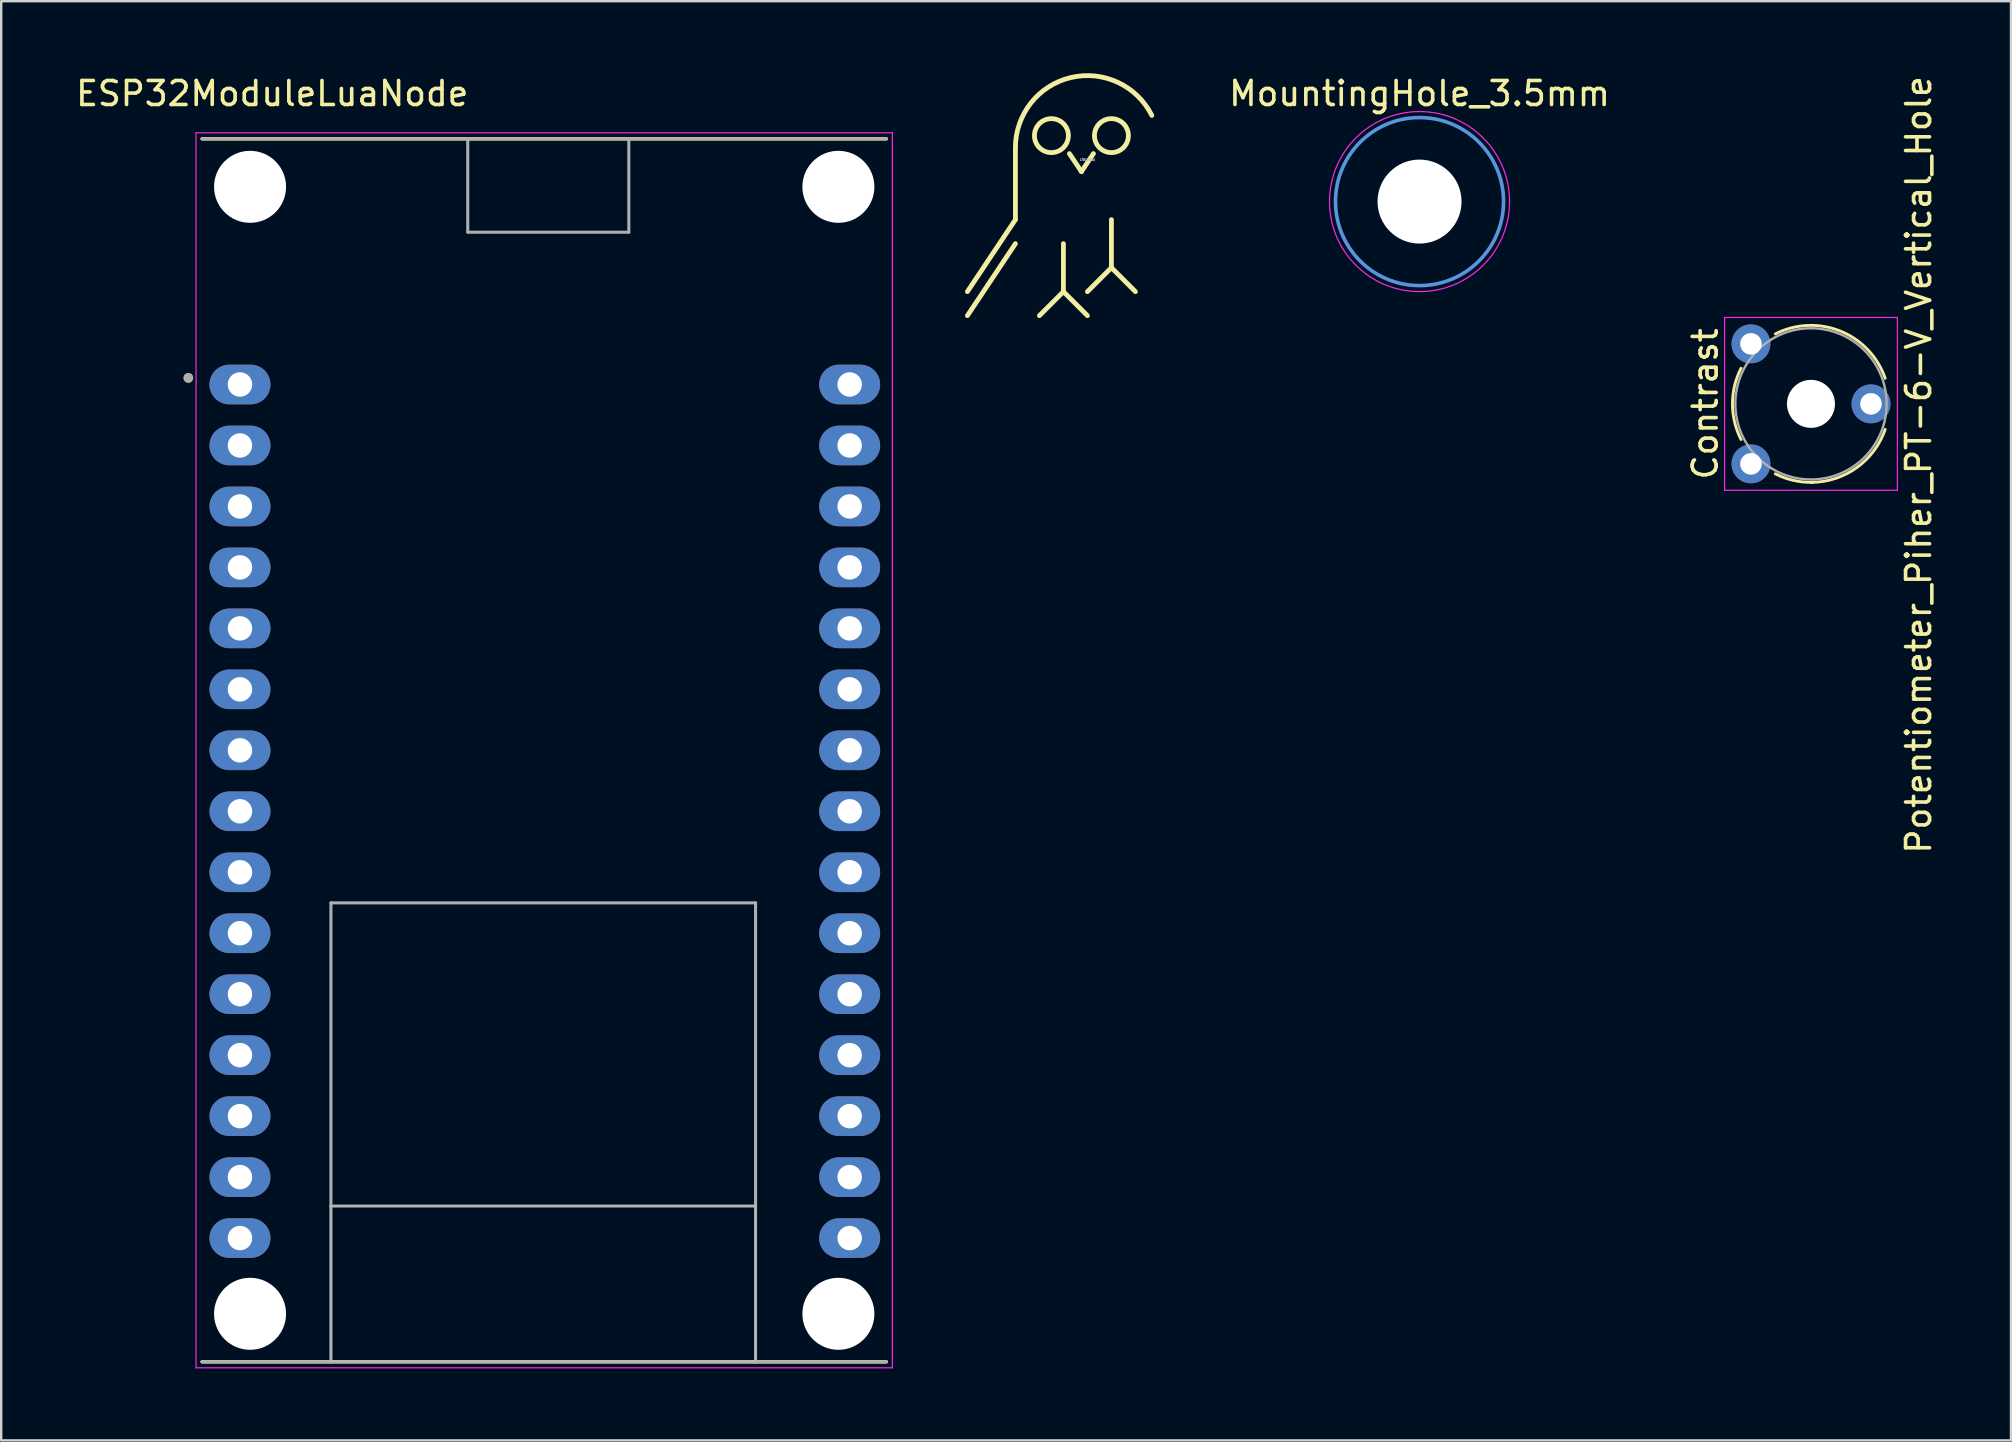
<source format=kicad_pcb>
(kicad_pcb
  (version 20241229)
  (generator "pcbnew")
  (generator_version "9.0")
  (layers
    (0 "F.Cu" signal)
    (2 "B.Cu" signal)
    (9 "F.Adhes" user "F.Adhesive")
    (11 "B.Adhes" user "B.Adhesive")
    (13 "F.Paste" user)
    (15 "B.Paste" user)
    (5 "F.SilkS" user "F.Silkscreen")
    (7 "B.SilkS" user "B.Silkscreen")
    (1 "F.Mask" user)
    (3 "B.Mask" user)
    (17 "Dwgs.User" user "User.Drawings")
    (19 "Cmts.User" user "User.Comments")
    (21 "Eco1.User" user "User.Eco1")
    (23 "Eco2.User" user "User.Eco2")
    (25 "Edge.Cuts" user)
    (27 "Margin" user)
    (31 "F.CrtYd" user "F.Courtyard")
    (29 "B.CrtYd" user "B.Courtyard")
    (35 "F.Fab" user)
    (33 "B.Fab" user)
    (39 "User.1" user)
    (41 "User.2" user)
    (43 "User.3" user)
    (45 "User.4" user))
  (footprint "ESP32ModuleLuaNode"
    (layer "F.Cu")
    (at 19.647 28.208)
    (property "Reference" "ESP32ModuleLuaNode" (at -11.355 -27.36 0) (layer "F.SilkS") (effects (font (size 1 1) (thickness 0.15))))
    (attr through_hole)
    (fp_line (start -14.28 -25.475) (end -3.211 -25.475) (stroke (width 0.127) (type solid)) (layer "F.SilkS"))
    (fp_line (start -14.28 -25.475) (end 14.23 -25.475) (stroke (width 0.127) (type solid)) (layer "F.SilkS"))
    (fp_line (start -14.28 25.475) (end -8.91 25.475) (stroke (width 0.127) (type solid)) (layer "F.SilkS"))
    (fp_line (start -8.91 25.475) (end 8.78 25.475) (stroke (width 0.127) (type solid)) (layer "F.SilkS"))
    (fp_line (start -3.211 -25.475) (end 3.5 -25.475) (stroke (width 0.127) (type solid)) (layer "F.SilkS"))
    (fp_line (start 3.5 -25.475) (end 14.23 -25.475) (stroke (width 0.127) (type solid)) (layer "F.SilkS"))
    (fp_line (start 8.78 25.475) (end 14.23 25.475) (stroke (width 0.127) (type solid)) (layer "F.SilkS"))
    (fp_line (start 14.23 25.475) (end -14.28 25.475) (stroke (width 0.127) (type solid)) (layer "F.SilkS"))
    (fp_circle (center -14.85 -15.515) (end -14.75 -15.515) (stroke (width 0.2) (type solid)) (fill no) (layer "F.SilkS"))
    (fp_poly (pts (xy -8.91 18.985) (xy 8.78 18.985) (xy 8.78 25.475) (xy -8.91 25.475)) (stroke (width 0.01) (type solid)) (fill no) (layer "Dwgs.User"))
    (fp_poly (pts (xy -8.91 18.985) (xy 8.78 18.985) (xy 8.78 25.475) (xy -8.91 25.475)) (stroke (width 0.01) (type solid)) (fill no) (layer "Dwgs.User"))
    (fp_poly (pts (xy -8.91 18.985) (xy 8.78 18.985) (xy 8.78 25.475) (xy -8.91 25.475)) (stroke (width 0.01) (type solid)) (fill no) (layer "Dwgs.User"))
    (fp_line (start -14.53 -25.725) (end -14.53 25.725) (stroke (width 0.05) (type solid)) (layer "F.CrtYd"))
    (fp_line (start -14.53 25.725) (end 14.48 25.725) (stroke (width 0.05) (type solid)) (layer "F.CrtYd"))
    (fp_line (start 14.48 -25.725) (end -14.53 -25.725) (stroke (width 0.05) (type solid)) (layer "F.CrtYd"))
    (fp_line (start 14.48 25.725) (end 14.48 -25.725) (stroke (width 0.05) (type solid)) (layer "F.CrtYd"))
    (fp_line (start -14.28 -25.475) (end -3.211 -25.475) (stroke (width 0.127) (type solid)) (layer "F.Fab"))
    (fp_line (start -14.28 25.475) (end -8.91 25.475) (stroke (width 0.127) (type solid)) (layer "F.Fab"))
    (fp_line (start -8.91 6.355) (end 8.78 6.355) (stroke (width 0.127) (type solid)) (layer "F.Fab"))
    (fp_line (start -8.91 18.985) (end -8.91 6.355) (stroke (width 0.127) (type solid)) (layer "F.Fab"))
    (fp_line (start -8.91 18.985) (end 8.78 18.985) (stroke (width 0.127) (type solid)) (layer "F.Fab"))
    (fp_line (start -8.91 25.475) (end -8.91 18.985) (stroke (width 0.127) (type solid)) (layer "F.Fab"))
    (fp_line (start -8.91 25.475) (end 8.78 25.475) (stroke (width 0.127) (type solid)) (layer "F.Fab"))
    (fp_line (start -3.211 -25.475) (end 3.5 -25.475) (stroke (width 0.127) (type solid)) (layer "F.Fab"))
    (fp_line (start -3.211 -21.585) (end -3.211 -25.475) (stroke (width 0.127) (type solid)) (layer "F.Fab"))
    (fp_line (start 3.5 -25.475) (end 3.5 -21.585) (stroke (width 0.127) (type solid)) (layer "F.Fab"))
    (fp_line (start 3.5 -25.475) (end 14.23 -25.475) (stroke (width 0.127) (type solid)) (layer "F.Fab"))
    (fp_line (start 3.5 -21.585) (end -3.211 -21.585) (stroke (width 0.127) (type solid)) (layer "F.Fab"))
    (fp_line (start 8.78 6.355) (end 8.78 18.985) (stroke (width 0.127) (type solid)) (layer "F.Fab"))
    (fp_line (start 8.78 18.985) (end 8.78 25.475) (stroke (width 0.127) (type solid)) (layer "F.Fab"))
    (fp_line (start 8.78 25.475) (end 14.23 25.475) (stroke (width 0.127) (type solid)) (layer "F.Fab"))
    (fp_circle (center -14.85 -15.515) (end -14.75 -15.515) (stroke (width 0.2) (type solid)) (fill no) (layer "F.Fab"))
    (pad "" np_thru_hole circle (at -12.28 -23.475) (size 3 3) (drill 3) (layers "*.Cu" "*.Mask"))
    (pad "" np_thru_hole circle (at -12.28 23.475) (size 3 3) (drill 3) (layers "*.Cu" "*.Mask"))
    (pad "" np_thru_hole circle (at 12.23 -23.475) (size 3 3) (drill 3) (layers "*.Cu" "*.Mask"))
    (pad "" np_thru_hole circle (at 12.23 23.475) (size 3 3) (drill 3) (layers "*.Cu" "*.Mask"))
    (pad "1" thru_hole oval (at -12.7 -15.24) (size 2.54 1.651) (drill 1.02) (layers "*.Cu" "*.Mask"))
    (pad "2" thru_hole oval (at -12.7 -12.7) (size 2.54 1.651) (drill 1.02) (layers "*.Cu" "*.Mask"))
    (pad "3" thru_hole oval (at -12.7 -10.16) (size 2.54 1.651) (drill 1.02) (layers "*.Cu" "*.Mask"))
    (pad "4" thru_hole oval (at -12.7 -7.62) (size 2.54 1.651) (drill 1.02) (layers "*.Cu" "*.Mask"))
    (pad "5" thru_hole oval (at -12.7 -5.08) (size 2.54 1.651) (drill 1.02) (layers "*.Cu" "*.Mask"))
    (pad "6" thru_hole oval (at -12.7 -2.54) (size 2.54 1.651) (drill 1.02) (layers "*.Cu" "*.Mask"))
    (pad "7" thru_hole oval (at -12.7 0) (size 2.54 1.651) (drill 1.02) (layers "*.Cu" "*.Mask"))
    (pad "8" thru_hole oval (at -12.7 2.54) (size 2.54 1.651) (drill 1.02) (layers "*.Cu" "*.Mask"))
    (pad "9" thru_hole oval (at -12.7 5.08) (size 2.54 1.651) (drill 1.02) (layers "*.Cu" "*.Mask"))
    (pad "10" thru_hole oval (at -12.7 7.62) (size 2.54 1.651) (drill 1.02) (layers "*.Cu" "*.Mask"))
    (pad "11" thru_hole oval (at -12.7 10.16) (size 2.54 1.651) (drill 1.02) (layers "*.Cu" "*.Mask"))
    (pad "12" thru_hole oval (at -12.7 12.7) (size 2.54 1.651) (drill 1.02) (layers "*.Cu" "*.Mask"))
    (pad "13" thru_hole oval (at -12.7 15.24) (size 2.54 1.651) (drill 1.02) (layers "*.Cu" "*.Mask"))
    (pad "14" thru_hole oval (at -12.7 17.78) (size 2.54 1.651) (drill 1.02) (layers "*.Cu" "*.Mask"))
    (pad "15" thru_hole oval (at -12.7 20.32) (size 2.54 1.651) (drill 1.02) (layers "*.Cu" "*.Mask"))
    (pad "16" thru_hole oval (at 12.7 20.32) (size 2.54 1.651) (drill 1.02) (layers "*.Cu" "*.Mask"))
    (pad "17" thru_hole oval (at 12.7 17.78) (size 2.54 1.651) (drill 1.02) (layers "*.Cu" "*.Mask"))
    (pad "18" thru_hole oval (at 12.7 15.24) (size 2.54 1.651) (drill 1.02) (layers "*.Cu" "*.Mask"))
    (pad "19" thru_hole oval (at 12.7 12.7) (size 2.54 1.651) (drill 1.02) (layers "*.Cu" "*.Mask"))
    (pad "20" thru_hole oval (at 12.7 10.16) (size 2.54 1.651) (drill 1.02) (layers "*.Cu" "*.Mask"))
    (pad "21" thru_hole oval (at 12.7 7.62) (size 2.54 1.651) (drill 1.02) (layers "*.Cu" "*.Mask"))
    (pad "22" thru_hole oval (at 12.7 5.08) (size 2.54 1.651) (drill 1.02) (layers "*.Cu" "*.Mask"))
    (pad "23" thru_hole oval (at 12.7 2.54) (size 2.54 1.651) (drill 1.02) (layers "*.Cu" "*.Mask"))
    (pad "24" thru_hole oval (at 12.7 0) (size 2.54 1.651) (drill 1.02) (layers "*.Cu" "*.Mask"))
    (pad "25" thru_hole oval (at 12.7 -2.54) (size 2.54 1.651) (drill 1.02) (layers "*.Cu" "*.Mask"))
    (pad "26" thru_hole oval (at 12.7 -5.08) (size 2.54 1.651) (drill 1.02) (layers "*.Cu" "*.Mask"))
    (pad "27" thru_hole oval (at 12.7 -7.62) (size 2.54 1.651) (drill 1.02) (layers "*.Cu" "*.Mask"))
    (pad "28" thru_hole oval (at 12.7 -10.16) (size 2.54 1.651) (drill 1.02) (layers "*.Cu" "*.Mask"))
    (pad "29" thru_hole oval (at 12.7 -12.7) (size 2.54 1.651) (drill 1.02) (layers "*.Cu" "*.Mask"))
    (pad "30" thru_hole oval (at 12.7 -15.24) (size 2.54 1.651) (drill 1.02) (layers "*.Cu" "*.Mask")))
  (footprint "LittleOwl"
    (layer "F.Cu")
    (at 42.252 3.1)
    (property "Reference" "LittleOwl" (at 0 0.5 0) (layer "Dwgs.User") (effects (font (size 0.1 0.1) (thickness 0.025))))
    (attr through_hole)
    (fp_line (start -3 0) (end -3 3) (stroke (width 0.2) (type solid)) (layer "F.SilkS"))
    (fp_line (start -3 3) (end -5 6) (stroke (width 0.2) (type solid)) (layer "F.SilkS"))
    (fp_line (start -3 4) (end -5 7) (stroke (width 0.2) (type solid)) (layer "F.SilkS"))
    (fp_line (start -1 4) (end -1 6) (stroke (width 0.2) (type solid)) (layer "F.SilkS"))
    (fp_line (start -1 6) (end -2 7) (stroke (width 0.2) (type solid)) (layer "F.SilkS"))
    (fp_line (start -1 6) (end 0 7) (stroke (width 0.2) (type solid)) (layer "F.SilkS"))
    (fp_line (start -0.75 0.25) (end -0.25 1) (stroke (width 0.2) (type solid)) (layer "F.SilkS"))
    (fp_line (start -0.25 1) (end 0.25 0.25) (stroke (width 0.2) (type solid)) (layer "F.SilkS"))
    (fp_line (start 1 3) (end 1 5) (stroke (width 0.2) (type solid)) (layer "F.SilkS"))
    (fp_line (start 1 5) (end 0 6) (stroke (width 0.2) (type solid)) (layer "F.SilkS"))
    (fp_line (start 1 5) (end 2 6) (stroke (width 0.2) (type solid)) (layer "F.SilkS"))
    (fp_arc (start -3 0) (mid -0.690149 -2.919537) (end 2.682463 -1.343277) (stroke (width 0.2) (type solid)) (layer "F.SilkS"))
    (fp_circle (center -1.5 -0.5) (end -0.793 -0.5) (stroke (width 0.2) (type solid)) (fill no) (layer "F.SilkS"))
    (fp_circle (center 1 -0.5) (end 1.707 -0.5) (stroke (width 0.2) (type solid)) (fill no) (layer "F.SilkS")))
  (footprint "Potentiometer_Piher_PT-6-V_Vertical_Hole"
    (layer "F.Cu")
    (at 69.895 16.275)
    (property "Reference" "Potentiometer_Piher_PT-6-V_Vertical_Hole" (at 6.985 0.04 90) (layer "F.SilkS") (effects (font (size 1 1) (thickness 0.15))))
    (attr through_hole)
    (fp_arc (start -0.413387 -1.014798) (mid -0.770114 -2.499325) (end -0.414 -3.984) (stroke (width 0.12) (type solid)) (layer "F.SilkS"))
    (fp_arc (start 1.016032 -5.413829) (mid 3.725524 -5.531609) (end 5.592 -3.564) (stroke (width 0.12) (type solid)) (layer "F.SilkS"))
    (fp_arc (start 2.556863 0.770075) (mid 1.764071 0.686696) (end 1.015 0.414) (stroke (width 0.12) (type solid)) (layer "F.SilkS"))
    (fp_arc (start 5.591846 -1.435392) (mid 4.398899 0.162158) (end 2.5 0.77) (stroke (width 0.12) (type solid)) (layer "F.SilkS"))
    (fp_line (start -1.1 -6.1) (end -1.1 1.1) (stroke (width 0.05) (type solid)) (layer "F.CrtYd"))
    (fp_line (start -1.1 1.1) (end 6.1 1.1) (stroke (width 0.05) (type solid)) (layer "F.CrtYd"))
    (fp_line (start 6.1 -6.1) (end -1.1 -6.1) (stroke (width 0.05) (type solid)) (layer "F.CrtYd"))
    (fp_line (start 6.1 1.1) (end 6.1 -6.1) (stroke (width 0.05) (type solid)) (layer "F.CrtYd"))
    (fp_circle (center 2.5 -2.5) (end 5.65 -2.5) (stroke (width 0.1) (type solid)) (fill no) (layer "F.Fab"))
    (fp_text user "Contrast" (at -1.905 -2.5 90) (layer "F.SilkS") (effects (font (size 1 1) (thickness 0.15))))
    (pad "" np_thru_hole circle (at 2.5 -2.5) (size 2 2) (drill 2) (layers "*.Cu" "*.Mask"))
    (pad "1" thru_hole circle (at 0 0) (size 1.62 1.62) (drill 0.9) (layers "*.Cu" "*.Mask"))
    (pad "2" thru_hole circle (at 5 -2.5) (size 1.62 1.62) (drill 0.9) (layers "*.Cu" "*.Mask"))
    (pad "3" thru_hole circle (at 0 -5) (size 1.62 1.62) (drill 0.9) (layers "*.Cu" "*.Mask")))
  (footprint "MountingHole_3.5mm"
    (layer "F.Cu")
    (at 56.088 5.348)
    (property "Reference" "MountingHole_3.5mm" (at 0 -4.5 0) (layer "F.SilkS") (effects (font (size 1 1) (thickness 0.15))))
    (attr exclude_from_pos_files exclude_from_bom)
    (fp_circle (center 0 0) (end 3.5 0) (stroke (width 0.15) (type solid)) (fill no) (layer "Cmts.User"))
    (fp_circle (center 0 0) (end 3.75 0) (stroke (width 0.05) (type solid)) (fill no) (layer "F.CrtYd"))
    (pad "" np_thru_hole circle (at 0 0) (size 3.5 3.5) (drill 3.5) (layers "*.Cu" "*.Mask")))
  (gr_rect
    (start -3 -3)
    (end 80.728 56.958)
    (stroke (width 0.1) (type default))
    (fill no)
    (layer "Edge.Cuts")))
</source>
